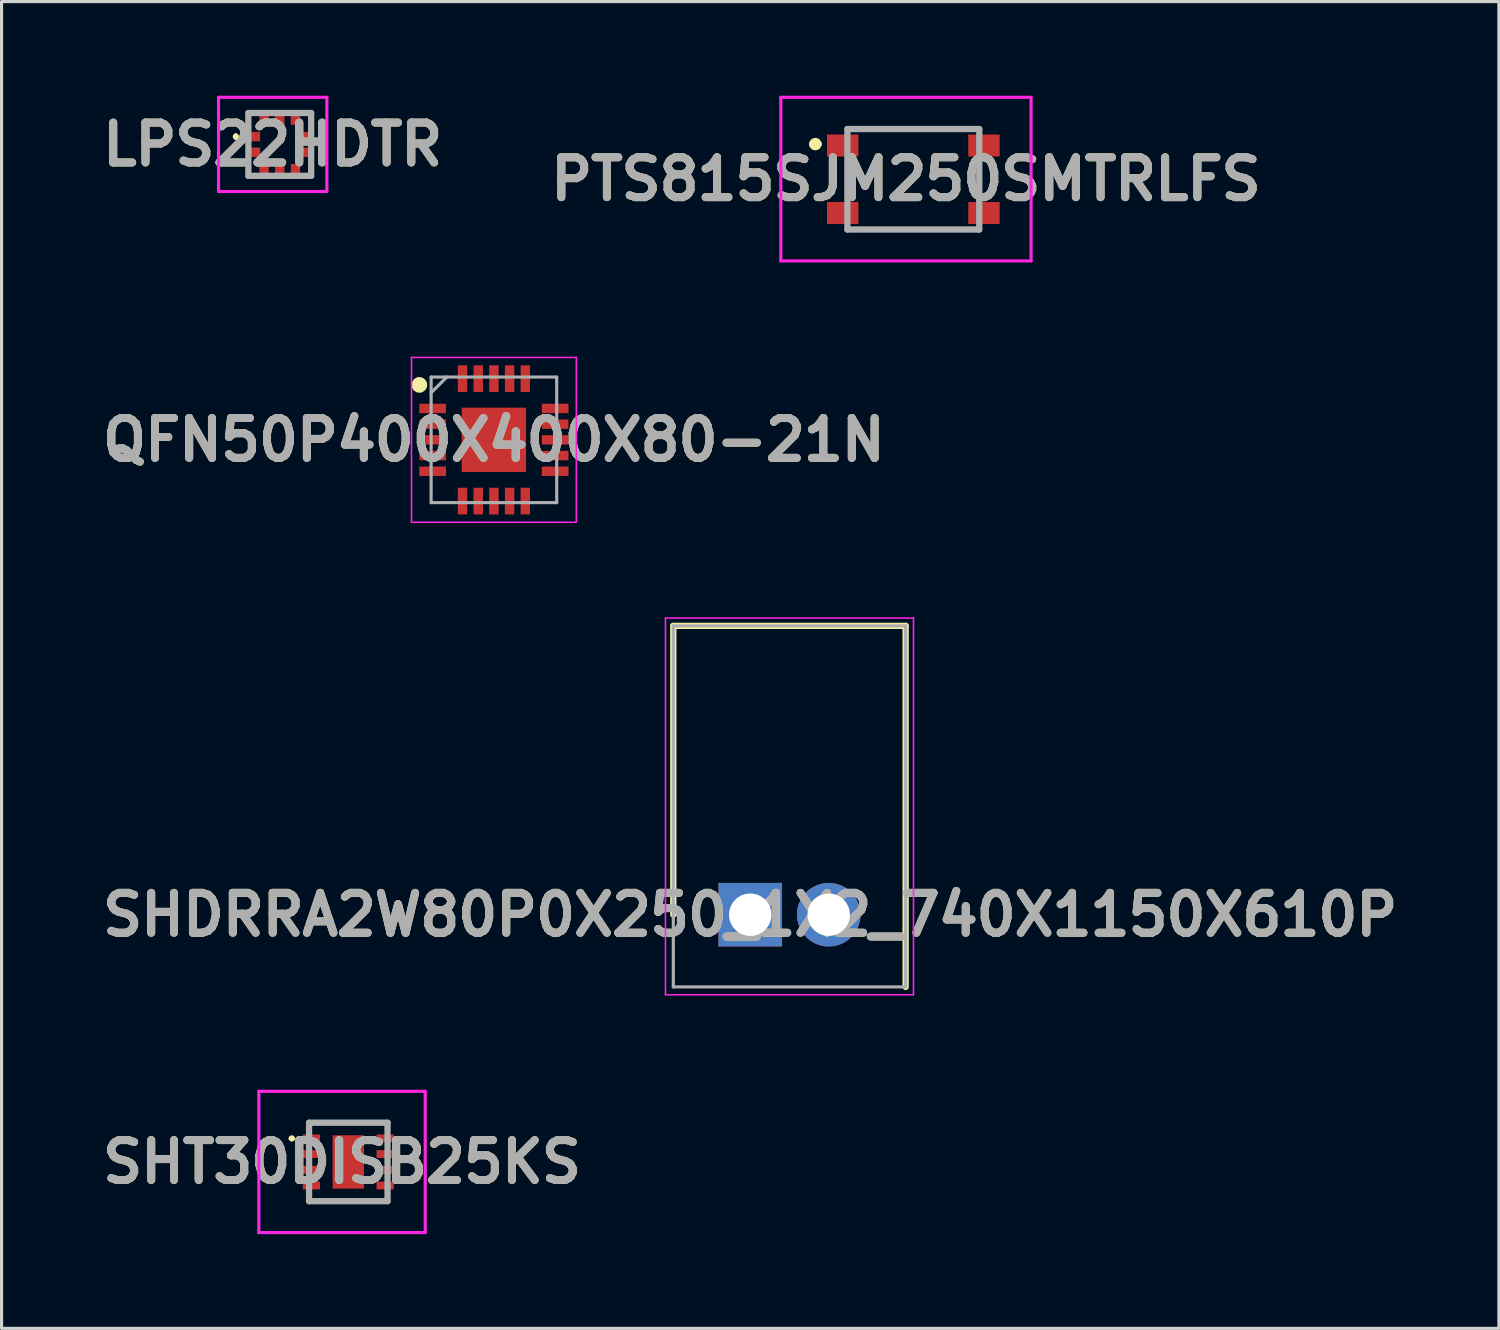
<source format=kicad_pcb>
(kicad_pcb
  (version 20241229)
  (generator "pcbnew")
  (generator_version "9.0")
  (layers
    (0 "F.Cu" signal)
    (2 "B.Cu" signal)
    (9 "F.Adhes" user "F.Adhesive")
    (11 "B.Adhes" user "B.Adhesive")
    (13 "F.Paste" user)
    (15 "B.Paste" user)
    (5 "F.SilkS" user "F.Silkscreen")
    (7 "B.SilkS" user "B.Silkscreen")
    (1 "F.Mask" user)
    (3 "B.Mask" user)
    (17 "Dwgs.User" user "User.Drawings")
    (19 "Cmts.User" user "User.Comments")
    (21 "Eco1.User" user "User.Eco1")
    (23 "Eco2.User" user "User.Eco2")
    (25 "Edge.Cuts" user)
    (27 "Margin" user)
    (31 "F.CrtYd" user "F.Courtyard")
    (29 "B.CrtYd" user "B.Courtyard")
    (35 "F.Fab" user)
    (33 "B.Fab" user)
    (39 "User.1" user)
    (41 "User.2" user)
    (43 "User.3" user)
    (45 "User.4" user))
  (footprint "PTS815SJM250SMTRLFS"
    (layer "F.Cu")
    (at 26.041 2.66)
    (property "Reference" "PTS815SJM250SMTRLFS" (at -0.235 -0.005 0) (layer "F.SilkS") (effects (font (size 1.27 1.27) (thickness 0.254))))
    (attr smd)
    (fp_line (start -3.22 -1.12) (end -3.22 -1.12) (stroke (width 0.2) (type solid)) (layer "F.SilkS"))
    (fp_line (start -3.02 -1.12) (end -3.02 -1.12) (stroke (width 0.2) (type solid)) (layer "F.SilkS"))
    (fp_line (start -2.1 -1.61) (end 2.1 -1.61) (stroke (width 0.1) (type solid)) (layer "F.SilkS"))
    (fp_line (start -2.1 0.56) (end -2.1 -0.56) (stroke (width 0.1) (type solid)) (layer "F.SilkS"))
    (fp_line (start -2.1 1.6) (end 2.1 1.6) (stroke (width 0.1) (type solid)) (layer "F.SilkS"))
    (fp_line (start 2.1 0.56) (end 2.1 -0.56) (stroke (width 0.1) (type solid)) (layer "F.SilkS"))
    (fp_arc (start -3.22 -1.12) (mid -3.12 -1.22) (end -3.02 -1.12) (stroke (width 0.2) (type solid)) (layer "F.SilkS"))
    (fp_arc (start -3.02 -1.12) (mid -3.12 -1.02) (end -3.22 -1.12) (stroke (width 0.2) (type solid)) (layer "F.SilkS"))
    (fp_line (start -4.22 -2.61) (end 3.75 -2.61) (stroke (width 0.1) (type solid)) (layer "F.CrtYd"))
    (fp_line (start -4.22 2.6) (end -4.22 -2.61) (stroke (width 0.1) (type solid)) (layer "F.CrtYd"))
    (fp_line (start 3.75 -2.61) (end 3.75 2.6) (stroke (width 0.1) (type solid)) (layer "F.CrtYd"))
    (fp_line (start 3.75 2.6) (end -4.22 2.6) (stroke (width 0.1) (type solid)) (layer "F.CrtYd"))
    (fp_line (start -2.1 -1.6) (end 2.1 -1.6) (stroke (width 0.2) (type solid)) (layer "F.Fab"))
    (fp_line (start -2.1 1.6) (end -2.1 -1.6) (stroke (width 0.2) (type solid)) (layer "F.Fab"))
    (fp_line (start 2.1 -1.6) (end 2.1 1.6) (stroke (width 0.2) (type solid)) (layer "F.Fab"))
    (fp_line (start 2.1 1.6) (end -2.1 1.6) (stroke (width 0.2) (type solid)) (layer "F.Fab"))
    (fp_text user "${REFERENCE}" (at -0.235 -0.005 0) (layer "F.Fab") (effects (font (size 1.27 1.27) (thickness 0.254))))
    (pad "1" smd rect (at -2.25 -1.075 90) (size 0.7 1) (layers "F.Cu" "F.Mask" "F.Paste"))
    (pad "2" smd rect (at 2.25 -1.075 90) (size 0.7 1) (layers "F.Cu" "F.Mask" "F.Paste"))
    (pad "3" smd rect (at -2.25 1.075 90) (size 0.7 1) (layers "F.Cu" "F.Mask" "F.Paste"))
    (pad "4" smd rect (at 2.25 1.075 90) (size 0.7 1) (layers "F.Cu" "F.Mask" "F.Paste")))
  (footprint "QFN50P400X400X80-21N"
    (layer "F.Cu")
    (at 12.682 10.96)
    (property "Reference" "QFN50P400X400X80-21N" (at 0 0 0) (layer "F.SilkS") (effects (font (size 1.27 1.27) (thickness 0.254))))
    (attr smd)
    (fp_circle (center -2.375 -1.75) (end -2.375 -1.625) (stroke (width 0.25) (type solid)) (fill no) (layer "F.SilkS"))
    (fp_line (start -2.625 -2.625) (end 2.625 -2.625) (stroke (width 0.05) (type solid)) (layer "F.CrtYd"))
    (fp_line (start -2.625 2.625) (end -2.625 -2.625) (stroke (width 0.05) (type solid)) (layer "F.CrtYd"))
    (fp_line (start 2.625 -2.625) (end 2.625 2.625) (stroke (width 0.05) (type solid)) (layer "F.CrtYd"))
    (fp_line (start 2.625 2.625) (end -2.625 2.625) (stroke (width 0.05) (type solid)) (layer "F.CrtYd"))
    (fp_line (start -2 -2) (end 2 -2) (stroke (width 0.1) (type solid)) (layer "F.Fab"))
    (fp_line (start -2 -1.5) (end -1.5 -2) (stroke (width 0.1) (type solid)) (layer "F.Fab"))
    (fp_line (start -2 2) (end -2 -2) (stroke (width 0.1) (type solid)) (layer "F.Fab"))
    (fp_line (start 2 -2) (end 2 2) (stroke (width 0.1) (type solid)) (layer "F.Fab"))
    (fp_line (start 2 2) (end -2 2) (stroke (width 0.1) (type solid)) (layer "F.Fab"))
    (fp_text user "${REFERENCE}" (at 0 0 0) (layer "F.Fab") (effects (font (size 1.27 1.27) (thickness 0.254))))
    (pad "1" smd rect (at -1.95 -1 90) (size 0.3 0.85) (layers "F.Cu" "F.Mask" "F.Paste"))
    (pad "2" smd rect (at -1.95 -0.5 90) (size 0.3 0.85) (layers "F.Cu" "F.Mask" "F.Paste"))
    (pad "3" smd rect (at -1.95 0 90) (size 0.3 0.85) (layers "F.Cu" "F.Mask" "F.Paste"))
    (pad "4" smd rect (at -1.95 0.5 90) (size 0.3 0.85) (layers "F.Cu" "F.Mask" "F.Paste"))
    (pad "5" smd rect (at -1.95 1 90) (size 0.3 0.85) (layers "F.Cu" "F.Mask" "F.Paste"))
    (pad "6" smd rect (at -1 1.95) (size 0.3 0.85) (layers "F.Cu" "F.Mask" "F.Paste"))
    (pad "7" smd rect (at -0.5 1.95) (size 0.3 0.85) (layers "F.Cu" "F.Mask" "F.Paste"))
    (pad "8" smd rect (at 0 1.95) (size 0.3 0.85) (layers "F.Cu" "F.Mask" "F.Paste"))
    (pad "9" smd rect (at 0.5 1.95) (size 0.3 0.85) (layers "F.Cu" "F.Mask" "F.Paste"))
    (pad "10" smd rect (at 1 1.95) (size 0.3 0.85) (layers "F.Cu" "F.Mask" "F.Paste"))
    (pad "11" smd rect (at 1.95 1 90) (size 0.3 0.85) (layers "F.Cu" "F.Mask" "F.Paste"))
    (pad "12" smd rect (at 1.95 0.5 90) (size 0.3 0.85) (layers "F.Cu" "F.Mask" "F.Paste"))
    (pad "13" smd rect (at 1.95 0 90) (size 0.3 0.85) (layers "F.Cu" "F.Mask" "F.Paste"))
    (pad "14" smd rect (at 1.95 -0.5 90) (size 0.3 0.85) (layers "F.Cu" "F.Mask" "F.Paste"))
    (pad "15" smd rect (at 1.95 -1 90) (size 0.3 0.85) (layers "F.Cu" "F.Mask" "F.Paste"))
    (pad "16" smd rect (at 1 -1.95) (size 0.3 0.85) (layers "F.Cu" "F.Mask" "F.Paste"))
    (pad "17" smd rect (at 0.5 -1.95) (size 0.3 0.85) (layers "F.Cu" "F.Mask" "F.Paste"))
    (pad "18" smd rect (at 0 -1.95) (size 0.3 0.85) (layers "F.Cu" "F.Mask" "F.Paste"))
    (pad "19" smd rect (at -0.5 -1.95) (size 0.3 0.85) (layers "F.Cu" "F.Mask" "F.Paste"))
    (pad "20" smd rect (at -1 -1.95) (size 0.3 0.85) (layers "F.Cu" "F.Mask" "F.Paste"))
    (pad "21" smd rect (at 0 0) (size 2.05 2.05) (layers "F.Cu" "F.Mask" "F.Paste")))
  (footprint "SHDRRA2W80P0X250_1X2_740X1150X610P"
    (layer "F.Cu")
    (at 20.846 26.085)
    (property "Reference" "SHDRRA2W80P0X250_1X2_740X1150X610P" (at 0 0 0) (layer "F.SilkS") (effects (font (size 1.27 1.27) (thickness 0.254))))
    (attr through_hole)
    (fp_line (start -2.45 -9.2) (end 4.95 -9.2) (stroke (width 0.2) (type solid)) (layer "F.SilkS"))
    (fp_line (start -2.45 0) (end -2.45 -9.2) (stroke (width 0.2) (type solid)) (layer "F.SilkS"))
    (fp_line (start 4.95 -9.2) (end 4.95 2.3) (stroke (width 0.2) (type solid)) (layer "F.SilkS"))
    (fp_line (start -2.7 -9.45) (end -2.7 2.55) (stroke (width 0.05) (type solid)) (layer "F.CrtYd"))
    (fp_line (start -2.7 2.55) (end 5.2 2.55) (stroke (width 0.05) (type solid)) (layer "F.CrtYd"))
    (fp_line (start 5.2 -9.45) (end -2.7 -9.45) (stroke (width 0.05) (type solid)) (layer "F.CrtYd"))
    (fp_line (start 5.2 2.55) (end 5.2 -9.45) (stroke (width 0.05) (type solid)) (layer "F.CrtYd"))
    (fp_line (start -2.45 -9.2) (end 4.95 -9.2) (stroke (width 0.1) (type solid)) (layer "F.Fab"))
    (fp_line (start -2.45 2.3) (end -2.45 -9.2) (stroke (width 0.1) (type solid)) (layer "F.Fab"))
    (fp_line (start 4.95 -9.2) (end 4.95 2.3) (stroke (width 0.1) (type solid)) (layer "F.Fab"))
    (fp_line (start 4.95 2.3) (end -2.45 2.3) (stroke (width 0.1) (type solid)) (layer "F.Fab"))
    (fp_text user "${REFERENCE}" (at 0 0 0) (layer "F.Fab") (effects (font (size 1.27 1.27) (thickness 0.254))))
    (pad "1" thru_hole rect (at 0 0) (size 2.025 2.025) (drill 1.35) (layers "*.Cu" "*.Mask"))
    (pad "2" thru_hole circle (at 2.5 0) (size 2.025 2.025) (drill 1.35) (layers "*.Cu" "*.Mask")))
  (footprint "LPS22HDTR"
    (layer "F.Cu")
    (at 5.861 1.55)
    (property "Reference" "LPS22HDTR" (at -0.225 0 0) (layer "F.SilkS") (effects (font (size 1.27 1.27) (thickness 0.254))))
    (attr smd)
    (fp_line (start -1.4 -0.3) (end -1.4 -0.3) (stroke (width 0.1) (type solid)) (layer "F.SilkS"))
    (fp_line (start -1.4 -0.2) (end -1.4 -0.2) (stroke (width 0.1) (type solid)) (layer "F.SilkS"))
    (fp_line (start -1 -1) (end -0.8 -1) (stroke (width 0.1) (type solid)) (layer "F.SilkS"))
    (fp_line (start -1 -0.6) (end -1 -1) (stroke (width 0.1) (type solid)) (layer "F.SilkS"))
    (fp_line (start -1 0.6) (end -1 1) (stroke (width 0.1) (type solid)) (layer "F.SilkS"))
    (fp_line (start -1 1) (end -0.8 1) (stroke (width 0.1) (type solid)) (layer "F.SilkS"))
    (fp_line (start 0.8 -1) (end 1 -1) (stroke (width 0.1) (type solid)) (layer "F.SilkS"))
    (fp_line (start 0.8 1) (end 1 1) (stroke (width 0.1) (type solid)) (layer "F.SilkS"))
    (fp_line (start 1 -1) (end 1 -0.6) (stroke (width 0.1) (type solid)) (layer "F.SilkS"))
    (fp_line (start 1 1) (end 1 0.6) (stroke (width 0.1) (type solid)) (layer "F.SilkS"))
    (fp_arc (start -1.4 -0.3) (mid -1.35 -0.25) (end -1.4 -0.2) (stroke (width 0.1) (type solid)) (layer "F.SilkS"))
    (fp_arc (start -1.4 -0.2) (mid -1.45 -0.25) (end -1.4 -0.3) (stroke (width 0.1) (type solid)) (layer "F.SilkS"))
    (fp_line (start -1.95 -1.5) (end 1.5 -1.5) (stroke (width 0.1) (type solid)) (layer "F.CrtYd"))
    (fp_line (start -1.95 1.5) (end -1.95 -1.5) (stroke (width 0.1) (type solid)) (layer "F.CrtYd"))
    (fp_line (start 1.5 -1.5) (end 1.5 1.5) (stroke (width 0.1) (type solid)) (layer "F.CrtYd"))
    (fp_line (start 1.5 1.5) (end -1.95 1.5) (stroke (width 0.1) (type solid)) (layer "F.CrtYd"))
    (fp_line (start -1 -1) (end 1 -1) (stroke (width 0.2) (type solid)) (layer "F.Fab"))
    (fp_line (start -1 1) (end -1 -1) (stroke (width 0.2) (type solid)) (layer "F.Fab"))
    (fp_line (start 1 -1) (end 1 1) (stroke (width 0.2) (type solid)) (layer "F.Fab"))
    (fp_line (start 1 1) (end -1 1) (stroke (width 0.2) (type solid)) (layer "F.Fab"))
    (fp_text user "${REFERENCE}" (at -0.225 0 0) (layer "F.Fab") (effects (font (size 1.27 1.27) (thickness 0.254))))
    (pad "1" smd rect (at -0.8 -0.25 90) (size 0.3 0.35) (layers "F.Cu" "F.Mask" "F.Paste"))
    (pad "2" smd rect (at -0.8 0.25 90) (size 0.3 0.35) (layers "F.Cu" "F.Mask" "F.Paste"))
    (pad "3" smd rect (at -0.5 0.8) (size 0.3 0.35) (layers "F.Cu" "F.Mask" "F.Paste"))
    (pad "4" smd rect (at 0 0.8) (size 0.3 0.35) (layers "F.Cu" "F.Mask" "F.Paste"))
    (pad "5" smd rect (at 0.5 0.8) (size 0.3 0.35) (layers "F.Cu" "F.Mask" "F.Paste"))
    (pad "6" smd rect (at 0.8 0.25 90) (size 0.3 0.35) (layers "F.Cu" "F.Mask" "F.Paste"))
    (pad "7" smd rect (at 0.8 -0.25 90) (size 0.3 0.35) (layers "F.Cu" "F.Mask" "F.Paste"))
    (pad "8" smd rect (at 0.5 -0.8) (size 0.3 0.35) (layers "F.Cu" "F.Mask" "F.Paste"))
    (pad "9" smd rect (at 0 -0.8) (size 0.3 0.35) (layers "F.Cu" "F.Mask" "F.Paste"))
    (pad "10" smd rect (at -0.5 -0.8) (size 0.3 0.35) (layers "F.Cu" "F.Mask" "F.Paste")))
  (footprint "SHT30DISB25KS"
    (layer "F.Cu")
    (at 8.044 33.96)
    (property "Reference" "SHT30DISB25KS" (at -0.2 0 0) (layer "F.SilkS") (effects (font (size 1.27 1.27) (thickness 0.254))))
    (attr smd)
    (fp_line (start -1.85 -0.75) (end -1.85 -0.75) (stroke (width 0.1) (type solid)) (layer "F.SilkS"))
    (fp_line (start -1.75 -0.75) (end -1.75 -0.75) (stroke (width 0.1) (type solid)) (layer "F.SilkS"))
    (fp_line (start -1.25 -1.25) (end 1.175 -1.25) (stroke (width 0.1) (type solid)) (layer "F.SilkS"))
    (fp_line (start -1.25 1.25) (end 1.25 1.25) (stroke (width 0.1) (type solid)) (layer "F.SilkS"))
    (fp_arc (start -1.85 -0.75) (mid -1.8 -0.8) (end -1.75 -0.75) (stroke (width 0.1) (type solid)) (layer "F.SilkS"))
    (fp_arc (start -1.75 -0.75) (mid -1.8 -0.7) (end -1.85 -0.75) (stroke (width 0.1) (type solid)) (layer "F.SilkS"))
    (fp_line (start -2.85 -2.25) (end 2.45 -2.25) (stroke (width 0.1) (type solid)) (layer "F.CrtYd"))
    (fp_line (start -2.85 2.25) (end -2.85 -2.25) (stroke (width 0.1) (type solid)) (layer "F.CrtYd"))
    (fp_line (start 2.45 -2.25) (end 2.45 2.25) (stroke (width 0.1) (type solid)) (layer "F.CrtYd"))
    (fp_line (start 2.45 2.25) (end -2.85 2.25) (stroke (width 0.1) (type solid)) (layer "F.CrtYd"))
    (fp_line (start -1.25 -1.25) (end 1.25 -1.25) (stroke (width 0.2) (type solid)) (layer "F.Fab"))
    (fp_line (start -1.25 1.25) (end -1.25 -1.25) (stroke (width 0.2) (type solid)) (layer "F.Fab"))
    (fp_line (start 1.25 -1.25) (end 1.25 1.25) (stroke (width 0.2) (type solid)) (layer "F.Fab"))
    (fp_line (start 1.25 1.25) (end -1.25 1.25) (stroke (width 0.2) (type solid)) (layer "F.Fab"))
    (fp_text user "${REFERENCE}" (at -0.2 0 0) (layer "F.Fab") (effects (font (size 1.27 1.27) (thickness 0.254))))
    (pad "1" smd rect (at -1.175 -0.75 90) (size 0.25 0.55) (layers "F.Cu" "F.Mask" "F.Paste"))
    (pad "2" smd rect (at -1.175 -0.25 90) (size 0.25 0.55) (layers "F.Cu" "F.Mask" "F.Paste"))
    (pad "3" smd rect (at -1.175 0.25 90) (size 0.25 0.55) (layers "F.Cu" "F.Mask" "F.Paste"))
    (pad "4" smd rect (at -1.175 0.75 90) (size 0.25 0.55) (layers "F.Cu" "F.Mask" "F.Paste"))
    (pad "5" smd rect (at 1.175 0.75 90) (size 0.25 0.55) (layers "F.Cu" "F.Mask" "F.Paste"))
    (pad "6" smd rect (at 1.175 0.25 90) (size 0.25 0.55) (layers "F.Cu" "F.Mask" "F.Paste"))
    (pad "7" smd rect (at 1.175 -0.25 90) (size 0.25 0.55) (layers "F.Cu" "F.Mask" "F.Paste"))
    (pad "8" smd rect (at 1.175 -0.75 90) (size 0.25 0.55) (layers "F.Cu" "F.Mask" "F.Paste"))
    (pad "9" smd rect (at 0 0) (size 1 1.7) (layers "F.Cu" "F.Mask" "F.Paste")))
  (gr_rect
    (start -3 -3)
    (end 44.692 39.26)
    (stroke (width 0.1) (type default))
    (fill no)
    (layer "Edge.Cuts")))
</source>
